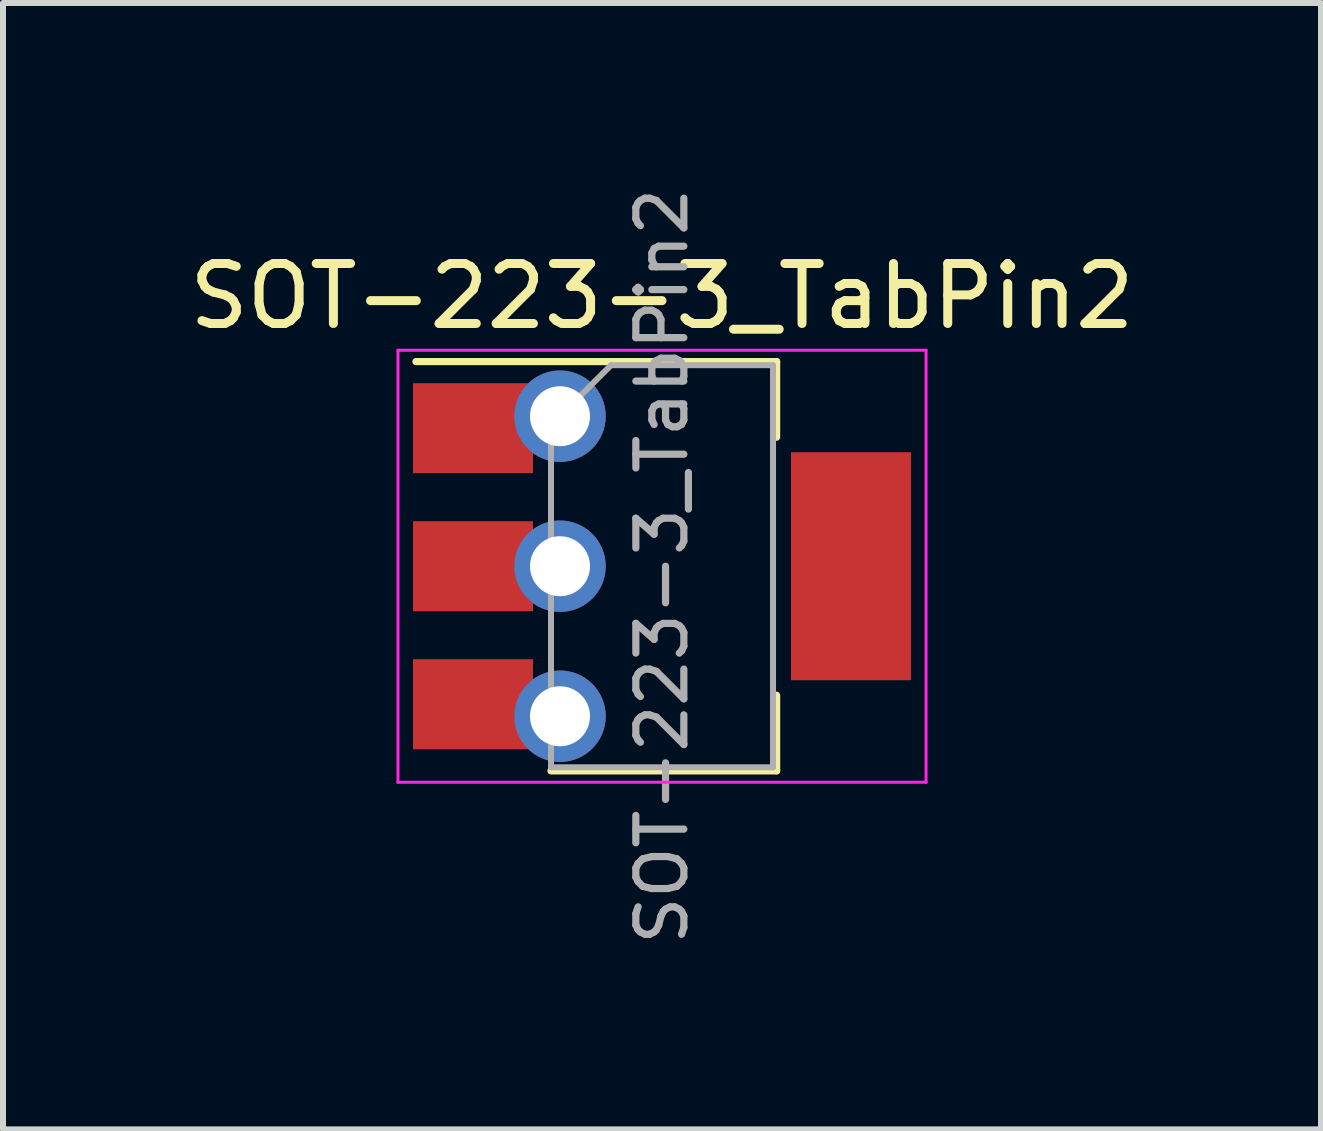
<source format=kicad_pcb>
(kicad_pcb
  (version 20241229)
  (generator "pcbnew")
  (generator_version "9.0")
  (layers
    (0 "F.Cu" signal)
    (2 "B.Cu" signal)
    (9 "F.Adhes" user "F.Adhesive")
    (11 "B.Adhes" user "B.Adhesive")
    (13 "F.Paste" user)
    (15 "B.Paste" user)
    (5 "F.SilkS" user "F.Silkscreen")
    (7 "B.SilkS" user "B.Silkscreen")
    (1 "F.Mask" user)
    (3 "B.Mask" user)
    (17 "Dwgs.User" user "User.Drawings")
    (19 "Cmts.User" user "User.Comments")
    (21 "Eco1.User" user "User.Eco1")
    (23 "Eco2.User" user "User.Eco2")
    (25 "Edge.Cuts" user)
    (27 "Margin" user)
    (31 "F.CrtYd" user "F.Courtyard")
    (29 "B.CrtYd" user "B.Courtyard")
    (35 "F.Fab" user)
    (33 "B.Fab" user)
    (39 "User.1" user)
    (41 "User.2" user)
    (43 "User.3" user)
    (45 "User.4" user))
  (footprint "SOT-223-3_TabPin2"
    (layer "F.Cu")
    (at 7.982 6.386)
    (property "Reference" "SOT-223-3_TabPin2" (at 0 -4.5 0) (layer "F.SilkS") (effects (font (size 1 1) (thickness 0.15))))
    (attr smd)
    (fp_line (start -4.1 -3.41) (end 1.91 -3.41) (stroke (width 0.12) (type solid)) (layer "F.SilkS"))
    (fp_line (start -1.85 3.41) (end 1.91 3.41) (stroke (width 0.12) (type solid)) (layer "F.SilkS"))
    (fp_line (start 1.91 -3.41) (end 1.91 -2.15) (stroke (width 0.12) (type solid)) (layer "F.SilkS"))
    (fp_line (start 1.91 3.41) (end 1.91 2.15) (stroke (width 0.12) (type solid)) (layer "F.SilkS"))
    (fp_line (start -4.4 -3.6) (end -4.4 3.6) (stroke (width 0.05) (type solid)) (layer "F.CrtYd"))
    (fp_line (start -4.4 3.6) (end 4.4 3.6) (stroke (width 0.05) (type solid)) (layer "F.CrtYd"))
    (fp_line (start 4.4 -3.6) (end -4.4 -3.6) (stroke (width 0.05) (type solid)) (layer "F.CrtYd"))
    (fp_line (start 4.4 3.6) (end 4.4 -3.6) (stroke (width 0.05) (type solid)) (layer "F.CrtYd"))
    (fp_line (start -1.85 -2.35) (end -1.85 3.35) (stroke (width 0.1) (type solid)) (layer "F.Fab"))
    (fp_line (start -1.85 -2.35) (end -0.85 -3.35) (stroke (width 0.1) (type solid)) (layer "F.Fab"))
    (fp_line (start -1.85 3.35) (end 1.85 3.35) (stroke (width 0.1) (type solid)) (layer "F.Fab"))
    (fp_line (start -0.85 -3.35) (end 1.85 -3.35) (stroke (width 0.1) (type solid)) (layer "F.Fab"))
    (fp_line (start 1.85 -3.35) (end 1.85 3.35) (stroke (width 0.1) (type solid)) (layer "F.Fab"))
    (fp_text user "${REFERENCE}" (at 0 0 90) (layer "F.Fab") (effects (font (size 0.8 0.8) (thickness 0.12))))
    (pad "1" smd rect (at -3.15 -2.3) (size 2 1.5) (layers "F.Cu" "F.Mask" "F.Paste"))
    (pad "1" thru_hole circle (at -1.7 -2.5) (size 1.524 1.524) (drill 1) (layers "*.Cu" "*.Mask"))
    (pad "2" smd rect (at -3.15 0) (size 2 1.5) (layers "F.Cu" "F.Mask" "F.Paste"))
    (pad "2" thru_hole circle (at -1.7 0) (size 1.524 1.524) (drill 1) (layers "*.Cu" "*.Mask"))
    (pad "2" smd rect (at 3.15 0) (size 2 3.8) (layers "F.Cu" "F.Mask" "F.Paste"))
    (pad "3" smd rect (at -3.15 2.3) (size 2 1.5) (layers "F.Cu" "F.Mask" "F.Paste"))
    (pad "3" thru_hole circle (at -1.7 2.5) (size 1.524 1.524) (drill 1) (layers "*.Cu" "*.Mask")))
  (gr_rect
    (start -3 -3)
    (end 18.964 15.771)
    (stroke (width 0.1) (type default))
    (fill no)
    (layer "Edge.Cuts")))
</source>
